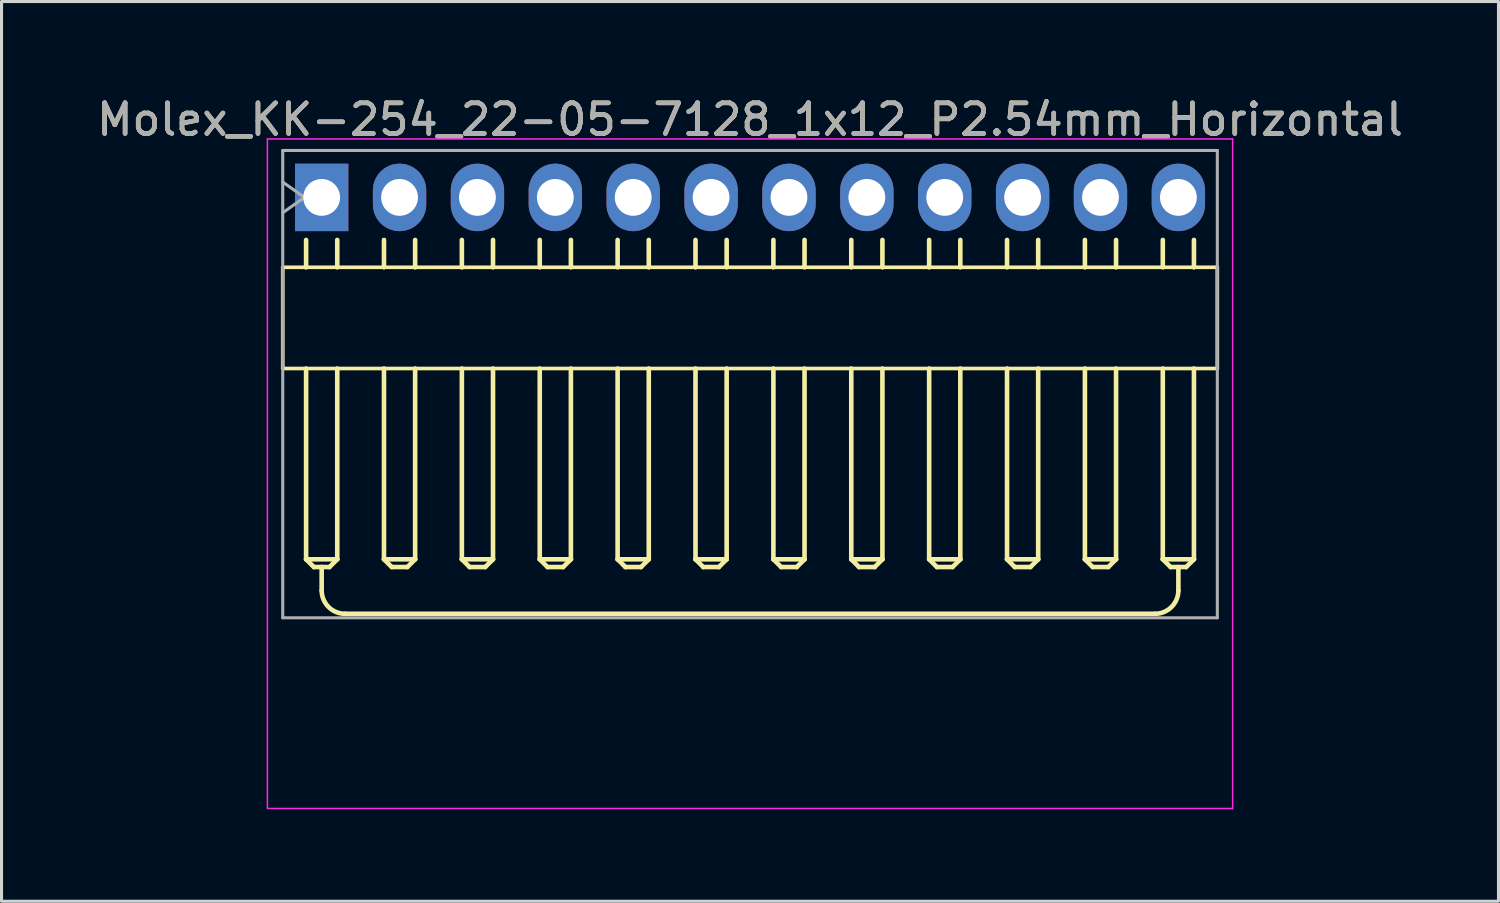
<source format=kicad_pcb>
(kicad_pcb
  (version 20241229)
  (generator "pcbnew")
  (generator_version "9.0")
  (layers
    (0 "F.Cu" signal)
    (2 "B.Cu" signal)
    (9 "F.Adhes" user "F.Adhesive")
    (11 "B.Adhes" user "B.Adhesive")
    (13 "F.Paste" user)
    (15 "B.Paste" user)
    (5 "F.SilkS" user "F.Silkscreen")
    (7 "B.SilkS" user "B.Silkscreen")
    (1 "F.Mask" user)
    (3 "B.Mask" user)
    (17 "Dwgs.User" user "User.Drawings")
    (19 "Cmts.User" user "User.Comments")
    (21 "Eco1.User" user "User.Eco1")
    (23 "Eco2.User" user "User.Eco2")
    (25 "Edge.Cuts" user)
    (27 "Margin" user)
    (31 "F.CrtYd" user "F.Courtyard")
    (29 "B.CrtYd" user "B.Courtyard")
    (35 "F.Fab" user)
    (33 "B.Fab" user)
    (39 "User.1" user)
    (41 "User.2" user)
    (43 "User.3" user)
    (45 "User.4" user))
  (footprint "Molex_KK-254_22-05-7128_1x12_P2.54mm_Horizontal"
    (layer "F.Cu")
    (at 7.441 3.388)
    (property "Reference" "Molex_KK-254_22-05-7128_1x12_P2.54mm_Horizontal" (at 13.97 -2.54 0) (layer "F.SilkS") (effects (font (size 1 1) (thickness 0.15))))
    (attr through_hole)
    (fp_line (start -1.27 2.28) (end -1.27 5.58) (stroke (width 0.12) (type solid)) (layer "F.SilkS"))
    (fp_line (start -1.27 2.28) (end 29.21 2.28) (stroke (width 0.12) (type solid)) (layer "F.SilkS"))
    (fp_line (start -0.508 1.388) (end -0.508 2.28) (stroke (width 0.15) (type solid)) (layer "F.SilkS"))
    (fp_line (start -0.508 11.802) (end -0.508 5.582) (stroke (width 0.15) (type solid)) (layer "F.SilkS"))
    (fp_line (start -0.508 11.802) (end 0.508 11.802) (stroke (width 0.15) (type solid)) (layer "F.SilkS"))
    (fp_line (start -0.254 12.056) (end -0.508 11.802) (stroke (width 0.15) (type solid)) (layer "F.SilkS"))
    (fp_line (start 0 12.056) (end -0.254 12.056) (stroke (width 0.15) (type solid)) (layer "F.SilkS"))
    (fp_line (start 0 12.056) (end 0 12.818) (stroke (width 0.15) (type solid)) (layer "F.SilkS"))
    (fp_line (start 0.254 12.056) (end 0 12.056) (stroke (width 0.15) (type solid)) (layer "F.SilkS"))
    (fp_line (start 0.508 2.28) (end 0.508 1.388) (stroke (width 0.15) (type solid)) (layer "F.SilkS"))
    (fp_line (start 0.508 5.582) (end 0.508 11.802) (stroke (width 0.15) (type solid)) (layer "F.SilkS"))
    (fp_line (start 0.508 11.802) (end 0.254 12.056) (stroke (width 0.15) (type solid)) (layer "F.SilkS"))
    (fp_line (start 0.762 13.58) (end 27.178 13.58) (stroke (width 0.15) (type solid)) (layer "F.SilkS"))
    (fp_line (start 2.032 2.28) (end 2.032 1.388) (stroke (width 0.15) (type solid)) (layer "F.SilkS"))
    (fp_line (start 2.032 5.582) (end 2.032 11.802) (stroke (width 0.15) (type solid)) (layer "F.SilkS"))
    (fp_line (start 2.032 11.802) (end 2.286 12.056) (stroke (width 0.15) (type solid)) (layer "F.SilkS"))
    (fp_line (start 2.286 12.056) (end 2.794 12.056) (stroke (width 0.15) (type solid)) (layer "F.SilkS"))
    (fp_line (start 2.794 12.056) (end 3.048 11.802) (stroke (width 0.15) (type solid)) (layer "F.SilkS"))
    (fp_line (start 3.048 2.28) (end 3.048 1.388) (stroke (width 0.15) (type solid)) (layer "F.SilkS"))
    (fp_line (start 3.048 11.802) (end 2.032 11.802) (stroke (width 0.15) (type solid)) (layer "F.SilkS"))
    (fp_line (start 3.048 11.802) (end 3.048 5.582) (stroke (width 0.15) (type solid)) (layer "F.SilkS"))
    (fp_line (start 4.572 2.28) (end 4.572 1.388) (stroke (width 0.15) (type solid)) (layer "F.SilkS"))
    (fp_line (start 4.572 5.582) (end 4.572 11.802) (stroke (width 0.15) (type solid)) (layer "F.SilkS"))
    (fp_line (start 4.572 11.802) (end 4.826 12.056) (stroke (width 0.15) (type solid)) (layer "F.SilkS"))
    (fp_line (start 4.826 12.056) (end 5.334 12.056) (stroke (width 0.15) (type solid)) (layer "F.SilkS"))
    (fp_line (start 5.334 12.056) (end 5.588 11.802) (stroke (width 0.15) (type solid)) (layer "F.SilkS"))
    (fp_line (start 5.588 2.28) (end 5.588 1.388) (stroke (width 0.15) (type solid)) (layer "F.SilkS"))
    (fp_line (start 5.588 11.802) (end 4.572 11.802) (stroke (width 0.15) (type solid)) (layer "F.SilkS"))
    (fp_line (start 5.588 11.802) (end 5.588 5.582) (stroke (width 0.15) (type solid)) (layer "F.SilkS"))
    (fp_line (start 7.112 2.28) (end 7.112 1.388) (stroke (width 0.15) (type solid)) (layer "F.SilkS"))
    (fp_line (start 7.112 5.582) (end 7.112 11.802) (stroke (width 0.15) (type solid)) (layer "F.SilkS"))
    (fp_line (start 7.112 11.802) (end 7.366 12.056) (stroke (width 0.15) (type solid)) (layer "F.SilkS"))
    (fp_line (start 7.366 12.056) (end 7.874 12.056) (stroke (width 0.15) (type solid)) (layer "F.SilkS"))
    (fp_line (start 7.874 12.056) (end 8.128 11.802) (stroke (width 0.15) (type solid)) (layer "F.SilkS"))
    (fp_line (start 8.128 2.28) (end 8.128 1.388) (stroke (width 0.15) (type solid)) (layer "F.SilkS"))
    (fp_line (start 8.128 11.802) (end 7.112 11.802) (stroke (width 0.15) (type solid)) (layer "F.SilkS"))
    (fp_line (start 8.128 11.802) (end 8.128 5.582) (stroke (width 0.15) (type solid)) (layer "F.SilkS"))
    (fp_line (start 9.652 2.28) (end 9.652 1.388) (stroke (width 0.15) (type solid)) (layer "F.SilkS"))
    (fp_line (start 9.652 5.582) (end 9.652 11.802) (stroke (width 0.15) (type solid)) (layer "F.SilkS"))
    (fp_line (start 9.652 11.802) (end 9.906 12.056) (stroke (width 0.15) (type solid)) (layer "F.SilkS"))
    (fp_line (start 9.906 12.056) (end 10.414 12.056) (stroke (width 0.15) (type solid)) (layer "F.SilkS"))
    (fp_line (start 10.414 12.056) (end 10.668 11.802) (stroke (width 0.15) (type solid)) (layer "F.SilkS"))
    (fp_line (start 10.668 2.28) (end 10.668 1.388) (stroke (width 0.15) (type solid)) (layer "F.SilkS"))
    (fp_line (start 10.668 11.802) (end 9.652 11.802) (stroke (width 0.15) (type solid)) (layer "F.SilkS"))
    (fp_line (start 10.668 11.802) (end 10.668 5.582) (stroke (width 0.15) (type solid)) (layer "F.SilkS"))
    (fp_line (start 12.192 2.28) (end 12.192 1.388) (stroke (width 0.15) (type solid)) (layer "F.SilkS"))
    (fp_line (start 12.192 5.582) (end 12.192 11.802) (stroke (width 0.15) (type solid)) (layer "F.SilkS"))
    (fp_line (start 12.192 11.802) (end 12.446 12.056) (stroke (width 0.15) (type solid)) (layer "F.SilkS"))
    (fp_line (start 12.446 12.056) (end 12.954 12.056) (stroke (width 0.15) (type solid)) (layer "F.SilkS"))
    (fp_line (start 12.954 12.056) (end 13.208 11.802) (stroke (width 0.15) (type solid)) (layer "F.SilkS"))
    (fp_line (start 13.208 2.28) (end 13.208 1.388) (stroke (width 0.15) (type solid)) (layer "F.SilkS"))
    (fp_line (start 13.208 11.802) (end 12.192 11.802) (stroke (width 0.15) (type solid)) (layer "F.SilkS"))
    (fp_line (start 13.208 11.802) (end 13.208 5.582) (stroke (width 0.15) (type solid)) (layer "F.SilkS"))
    (fp_line (start 14.732 2.28) (end 14.732 1.388) (stroke (width 0.15) (type solid)) (layer "F.SilkS"))
    (fp_line (start 14.732 5.582) (end 14.732 11.802) (stroke (width 0.15) (type solid)) (layer "F.SilkS"))
    (fp_line (start 14.732 11.802) (end 14.986 12.056) (stroke (width 0.15) (type solid)) (layer "F.SilkS"))
    (fp_line (start 14.986 12.056) (end 15.494 12.056) (stroke (width 0.15) (type solid)) (layer "F.SilkS"))
    (fp_line (start 15.494 12.056) (end 15.748 11.802) (stroke (width 0.15) (type solid)) (layer "F.SilkS"))
    (fp_line (start 15.748 2.28) (end 15.748 1.388) (stroke (width 0.15) (type solid)) (layer "F.SilkS"))
    (fp_line (start 15.748 11.802) (end 14.732 11.802) (stroke (width 0.15) (type solid)) (layer "F.SilkS"))
    (fp_line (start 15.748 11.802) (end 15.748 5.582) (stroke (width 0.15) (type solid)) (layer "F.SilkS"))
    (fp_line (start 17.272 2.28) (end 17.272 1.388) (stroke (width 0.15) (type solid)) (layer "F.SilkS"))
    (fp_line (start 17.272 5.582) (end 17.272 11.802) (stroke (width 0.15) (type solid)) (layer "F.SilkS"))
    (fp_line (start 17.272 11.802) (end 17.526 12.056) (stroke (width 0.15) (type solid)) (layer "F.SilkS"))
    (fp_line (start 17.526 12.056) (end 18.034 12.056) (stroke (width 0.15) (type solid)) (layer "F.SilkS"))
    (fp_line (start 18.034 12.056) (end 18.288 11.802) (stroke (width 0.15) (type solid)) (layer "F.SilkS"))
    (fp_line (start 18.288 2.28) (end 18.288 1.388) (stroke (width 0.15) (type solid)) (layer "F.SilkS"))
    (fp_line (start 18.288 11.802) (end 17.272 11.802) (stroke (width 0.15) (type solid)) (layer "F.SilkS"))
    (fp_line (start 18.288 11.802) (end 18.288 5.582) (stroke (width 0.15) (type solid)) (layer "F.SilkS"))
    (fp_line (start 19.812 2.28) (end 19.812 1.388) (stroke (width 0.15) (type solid)) (layer "F.SilkS"))
    (fp_line (start 19.812 5.582) (end 19.812 11.802) (stroke (width 0.15) (type solid)) (layer "F.SilkS"))
    (fp_line (start 19.812 11.802) (end 20.066 12.056) (stroke (width 0.15) (type solid)) (layer "F.SilkS"))
    (fp_line (start 20.066 12.056) (end 20.574 12.056) (stroke (width 0.15) (type solid)) (layer "F.SilkS"))
    (fp_line (start 20.574 12.056) (end 20.828 11.802) (stroke (width 0.15) (type solid)) (layer "F.SilkS"))
    (fp_line (start 20.828 2.28) (end 20.828 1.388) (stroke (width 0.15) (type solid)) (layer "F.SilkS"))
    (fp_line (start 20.828 11.802) (end 19.812 11.802) (stroke (width 0.15) (type solid)) (layer "F.SilkS"))
    (fp_line (start 20.828 11.802) (end 20.828 5.582) (stroke (width 0.15) (type solid)) (layer "F.SilkS"))
    (fp_line (start 22.352 2.28) (end 22.352 1.388) (stroke (width 0.15) (type solid)) (layer "F.SilkS"))
    (fp_line (start 22.352 5.582) (end 22.352 11.802) (stroke (width 0.15) (type solid)) (layer "F.SilkS"))
    (fp_line (start 22.352 11.802) (end 22.606 12.056) (stroke (width 0.15) (type solid)) (layer "F.SilkS"))
    (fp_line (start 22.606 12.056) (end 23.114 12.056) (stroke (width 0.15) (type solid)) (layer "F.SilkS"))
    (fp_line (start 23.114 12.056) (end 23.368 11.802) (stroke (width 0.15) (type solid)) (layer "F.SilkS"))
    (fp_line (start 23.368 2.28) (end 23.368 1.388) (stroke (width 0.15) (type solid)) (layer "F.SilkS"))
    (fp_line (start 23.368 11.802) (end 22.352 11.802) (stroke (width 0.15) (type solid)) (layer "F.SilkS"))
    (fp_line (start 23.368 11.802) (end 23.368 5.582) (stroke (width 0.15) (type solid)) (layer "F.SilkS"))
    (fp_line (start 24.892 2.28) (end 24.892 1.388) (stroke (width 0.15) (type solid)) (layer "F.SilkS"))
    (fp_line (start 24.892 5.582) (end 24.892 11.802) (stroke (width 0.15) (type solid)) (layer "F.SilkS"))
    (fp_line (start 24.892 11.802) (end 25.146 12.056) (stroke (width 0.15) (type solid)) (layer "F.SilkS"))
    (fp_line (start 25.146 12.056) (end 25.654 12.056) (stroke (width 0.15) (type solid)) (layer "F.SilkS"))
    (fp_line (start 25.654 12.056) (end 25.908 11.802) (stroke (width 0.15) (type solid)) (layer "F.SilkS"))
    (fp_line (start 25.908 2.28) (end 25.908 1.388) (stroke (width 0.15) (type solid)) (layer "F.SilkS"))
    (fp_line (start 25.908 11.802) (end 24.892 11.802) (stroke (width 0.15) (type solid)) (layer "F.SilkS"))
    (fp_line (start 25.908 11.802) (end 25.908 5.582) (stroke (width 0.15) (type solid)) (layer "F.SilkS"))
    (fp_line (start 27.432 2.28) (end 27.432 1.388) (stroke (width 0.15) (type solid)) (layer "F.SilkS"))
    (fp_line (start 27.432 5.582) (end 27.432 11.802) (stroke (width 0.15) (type solid)) (layer "F.SilkS"))
    (fp_line (start 27.432 11.802) (end 27.686 12.056) (stroke (width 0.15) (type solid)) (layer "F.SilkS"))
    (fp_line (start 27.686 12.056) (end 28.194 12.056) (stroke (width 0.15) (type solid)) (layer "F.SilkS"))
    (fp_line (start 27.94 12.056) (end 27.94 12.818) (stroke (width 0.15) (type solid)) (layer "F.SilkS"))
    (fp_line (start 28.194 12.056) (end 28.448 11.802) (stroke (width 0.15) (type solid)) (layer "F.SilkS"))
    (fp_line (start 28.448 2.28) (end 28.448 1.388) (stroke (width 0.15) (type solid)) (layer "F.SilkS"))
    (fp_line (start 28.448 11.802) (end 27.432 11.802) (stroke (width 0.15) (type solid)) (layer "F.SilkS"))
    (fp_line (start 28.448 11.802) (end 28.448 5.582) (stroke (width 0.15) (type solid)) (layer "F.SilkS"))
    (fp_line (start 29.21 2.28) (end 29.21 5.58) (stroke (width 0.12) (type solid)) (layer "F.SilkS"))
    (fp_line (start 29.21 5.58) (end -1.27 5.58) (stroke (width 0.12) (type solid)) (layer "F.SilkS"))
    (fp_arc (start 0.762 13.58) (mid 0.223185 13.356815) (end 0 12.818) (stroke (width 0.15) (type solid)) (layer "F.SilkS"))
    (fp_arc (start 27.94 12.818) (mid 27.716815 13.356815) (end 27.178 13.58) (stroke (width 0.15) (type solid)) (layer "F.SilkS"))
    (fp_line (start -1.77 -1.905) (end -1.77 19.93) (stroke (width 0.05) (type solid)) (layer "F.CrtYd"))
    (fp_line (start -1.762 19.93) (end 29.71 19.93) (stroke (width 0.05) (type solid)) (layer "F.CrtYd"))
    (fp_line (start 29.71 -1.905) (end -1.77 -1.905) (stroke (width 0.05) (type solid)) (layer "F.CrtYd"))
    (fp_line (start 29.71 19.93) (end 29.71 -1.905) (stroke (width 0.05) (type solid)) (layer "F.CrtYd"))
    (fp_line (start -1.27 -1.53) (end -1.27 13.71) (stroke (width 0.1) (type solid)) (layer "F.Fab"))
    (fp_line (start -1.27 -0.5) (end -0.563 0) (stroke (width 0.1) (type solid)) (layer "F.Fab"))
    (fp_line (start -1.27 13.71) (end 29.21 13.71) (stroke (width 0.1) (type solid)) (layer "F.Fab"))
    (fp_line (start -0.563 0) (end -1.27 0.5) (stroke (width 0.1) (type solid)) (layer "F.Fab"))
    (fp_line (start 29.21 -1.53) (end -1.27 -1.53) (stroke (width 0.1) (type solid)) (layer "F.Fab"))
    (fp_line (start 29.21 13.71) (end 29.21 -1.53) (stroke (width 0.1) (type solid)) (layer "F.Fab"))
    (fp_text user "${REFERENCE}" (at 13.97 -2.54 0) (layer "F.Fab") (effects (font (size 1 1) (thickness 0.15))))
    (pad "1" thru_hole rect (at 0 0) (size 1.74 2.2) (drill 1.2) (layers "*.Cu" "*.Mask"))
    (pad "2" thru_hole oval (at 2.54 0) (size 1.74 2.2) (drill 1.2) (layers "*.Cu" "*.Mask"))
    (pad "3" thru_hole oval (at 5.08 0) (size 1.74 2.2) (drill 1.2) (layers "*.Cu" "*.Mask"))
    (pad "4" thru_hole oval (at 7.62 0) (size 1.74 2.2) (drill 1.2) (layers "*.Cu" "*.Mask"))
    (pad "5" thru_hole oval (at 10.16 0) (size 1.74 2.2) (drill 1.2) (layers "*.Cu" "*.Mask"))
    (pad "6" thru_hole oval (at 12.7 0) (size 1.74 2.2) (drill 1.2) (layers "*.Cu" "*.Mask"))
    (pad "7" thru_hole oval (at 15.24 0) (size 1.74 2.2) (drill 1.2) (layers "*.Cu" "*.Mask"))
    (pad "8" thru_hole oval (at 17.78 0) (size 1.74 2.2) (drill 1.2) (layers "*.Cu" "*.Mask"))
    (pad "9" thru_hole oval (at 20.32 0) (size 1.74 2.2) (drill 1.2) (layers "*.Cu" "*.Mask"))
    (pad "10" thru_hole oval (at 22.86 0) (size 1.74 2.2) (drill 1.2) (layers "*.Cu" "*.Mask"))
    (pad "11" thru_hole oval (at 25.4 0) (size 1.74 2.2) (drill 1.2) (layers "*.Cu" "*.Mask"))
    (pad "12" thru_hole oval (at 27.94 0) (size 1.74 2.2) (drill 1.2) (layers "*.Cu" "*.Mask")))
  (gr_rect
    (start -3 -3)
    (end 45.821 26.343)
    (stroke (width 0.1) (type default))
    (fill no)
    (layer "Edge.Cuts")))
</source>
